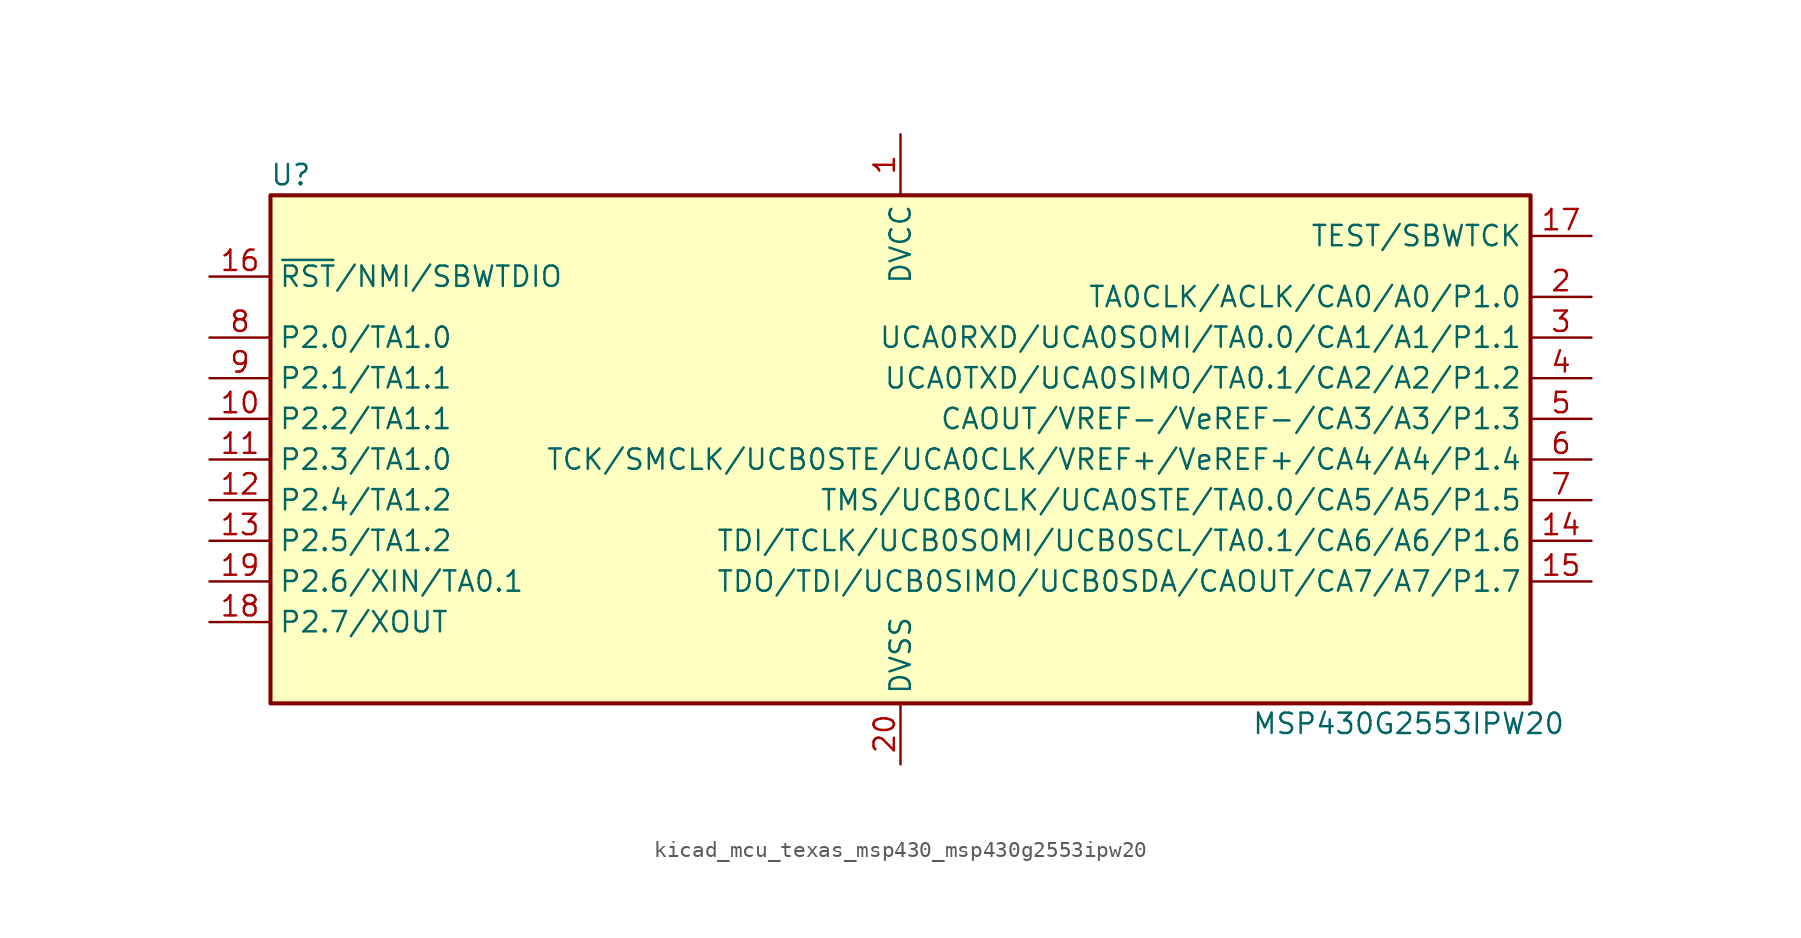
<source format=kicad_sym>
(kicad_symbol_lib
  (version 20220914)
  (generator kicad_symbol_editor)
  (symbol "kicad_mcu_texas_msp430_msp430g2553ipw20"
    (property "Reference" "U"
      (at -38.1 17.78 0)
      (effects (font (size 1.27 1.27))))
    (property "Value" "MSP430G2553IPW20"
      (at 31.75 -16.51 0)
      (effects (font (size 1.27 1.27))))
    (symbol "kicad_mcu_texas_msp430_msp430g2553ipw20_0_1"
      (rectangle (start -39.37 16.51) (end 39.37 -15.24) (stroke (width 0.254) (type default)) (fill (type background))))
    (symbol "kicad_mcu_texas_msp430_msp430g2553ipw20_1_1"
      (pin power_in line (at 0 20.32 270) (length 3.81) (name "DVCC" (effects (font (size 1.27 1.27)))) (number "1" (effects (font (size 1.27 1.27)))))
      (pin bidirectional line (at -43.18 2.54 0) (length 3.81) (name "P2.2/TA1.1" (effects (font (size 1.27 1.27)))) (number "10" (effects (font (size 1.27 1.27)))))
      (pin bidirectional line (at -43.18 0 0) (length 3.81) (name "P2.3/TA1.0" (effects (font (size 1.27 1.27)))) (number "11" (effects (font (size 1.27 1.27)))))
      (pin bidirectional line (at -43.18 -2.54 0) (length 3.81) (name "P2.4/TA1.2" (effects (font (size 1.27 1.27)))) (number "12" (effects (font (size 1.27 1.27)))))
      (pin bidirectional line (at -43.18 -5.08 0) (length 3.81) (name "P2.5/TA1.2" (effects (font (size 1.27 1.27)))) (number "13" (effects (font (size 1.27 1.27)))))
      (pin bidirectional line (at 43.18 -5.08 180) (length 3.81) (name "TDI/TCLK/UCB0SOMI/UCB0SCL/TA0.1/CA6/A6/P1.6" (effects (font (size 1.27 1.27)))) (number "14" (effects (font (size 1.27 1.27)))))
      (pin bidirectional line (at 43.18 -7.62 180) (length 3.81) (name "TDO/TDI/UCB0SIMO/UCB0SDA/CAOUT/CA7/A7/P1.7" (effects (font (size 1.27 1.27)))) (number "15" (effects (font (size 1.27 1.27)))))
      (pin input line (at -43.18 11.43 0) (length 3.81) (name "~{RST}/NMI/SBWTDIO" (effects (font (size 1.27 1.27)))) (number "16" (effects (font (size 1.27 1.27)))))
      (pin input line (at 43.18 13.97 180) (length 3.81) (name "TEST/SBWTCK" (effects (font (size 1.27 1.27)))) (number "17" (effects (font (size 1.27 1.27)))))
      (pin bidirectional line (at -43.18 -10.16 0) (length 3.81) (name "P2.7/XOUT" (effects (font (size 1.27 1.27)))) (number "18" (effects (font (size 1.27 1.27)))))
      (pin bidirectional line (at -43.18 -7.62 0) (length 3.81) (name "P2.6/XIN/TA0.1" (effects (font (size 1.27 1.27)))) (number "19" (effects (font (size 1.27 1.27)))))
      (pin bidirectional line (at 43.18 10.16 180) (length 3.81) (name "TA0CLK/ACLK/CA0/A0/P1.0" (effects (font (size 1.27 1.27)))) (number "2" (effects (font (size 1.27 1.27)))))
      (pin power_in line (at 0 -19.05 90) (length 3.81) (name "DVSS" (effects (font (size 1.27 1.27)))) (number "20" (effects (font (size 1.27 1.27)))))
      (pin bidirectional line (at 43.18 7.62 180) (length 3.81) (name "UCA0RXD/UCA0SOMI/TA0.0/CA1/A1/P1.1" (effects (font (size 1.27 1.27)))) (number "3" (effects (font (size 1.27 1.27)))))
      (pin bidirectional line (at 43.18 5.08 180) (length 3.81) (name "UCA0TXD/UCA0SIMO/TA0.1/CA2/A2/P1.2" (effects (font (size 1.27 1.27)))) (number "4" (effects (font (size 1.27 1.27)))))
      (pin bidirectional line (at 43.18 2.54 180) (length 3.81) (name "CAOUT/VREF-/VeREF-/CA3/A3/P1.3" (effects (font (size 1.27 1.27)))) (number "5" (effects (font (size 1.27 1.27)))))
      (pin bidirectional line (at 43.18 0 180) (length 3.81) (name "TCK/SMCLK/UCB0STE/UCA0CLK/VREF+/VeREF+/CA4/A4/P1.4" (effects (font (size 1.27 1.27)))) (number "6" (effects (font (size 1.27 1.27)))))
      (pin bidirectional line (at 43.18 -2.54 180) (length 3.81) (name "TMS/UCB0CLK/UCA0STE/TA0.0/CA5/A5/P1.5" (effects (font (size 1.27 1.27)))) (number "7" (effects (font (size 1.27 1.27)))))
      (pin bidirectional line (at -43.18 7.62 0) (length 3.81) (name "P2.0/TA1.0" (effects (font (size 1.27 1.27)))) (number "8" (effects (font (size 1.27 1.27)))))
      (pin bidirectional line (at -43.18 5.08 0) (length 3.81) (name "P2.1/TA1.1" (effects (font (size 1.27 1.27)))) (number "9" (effects (font (size 1.27 1.27))))))))
</source>
